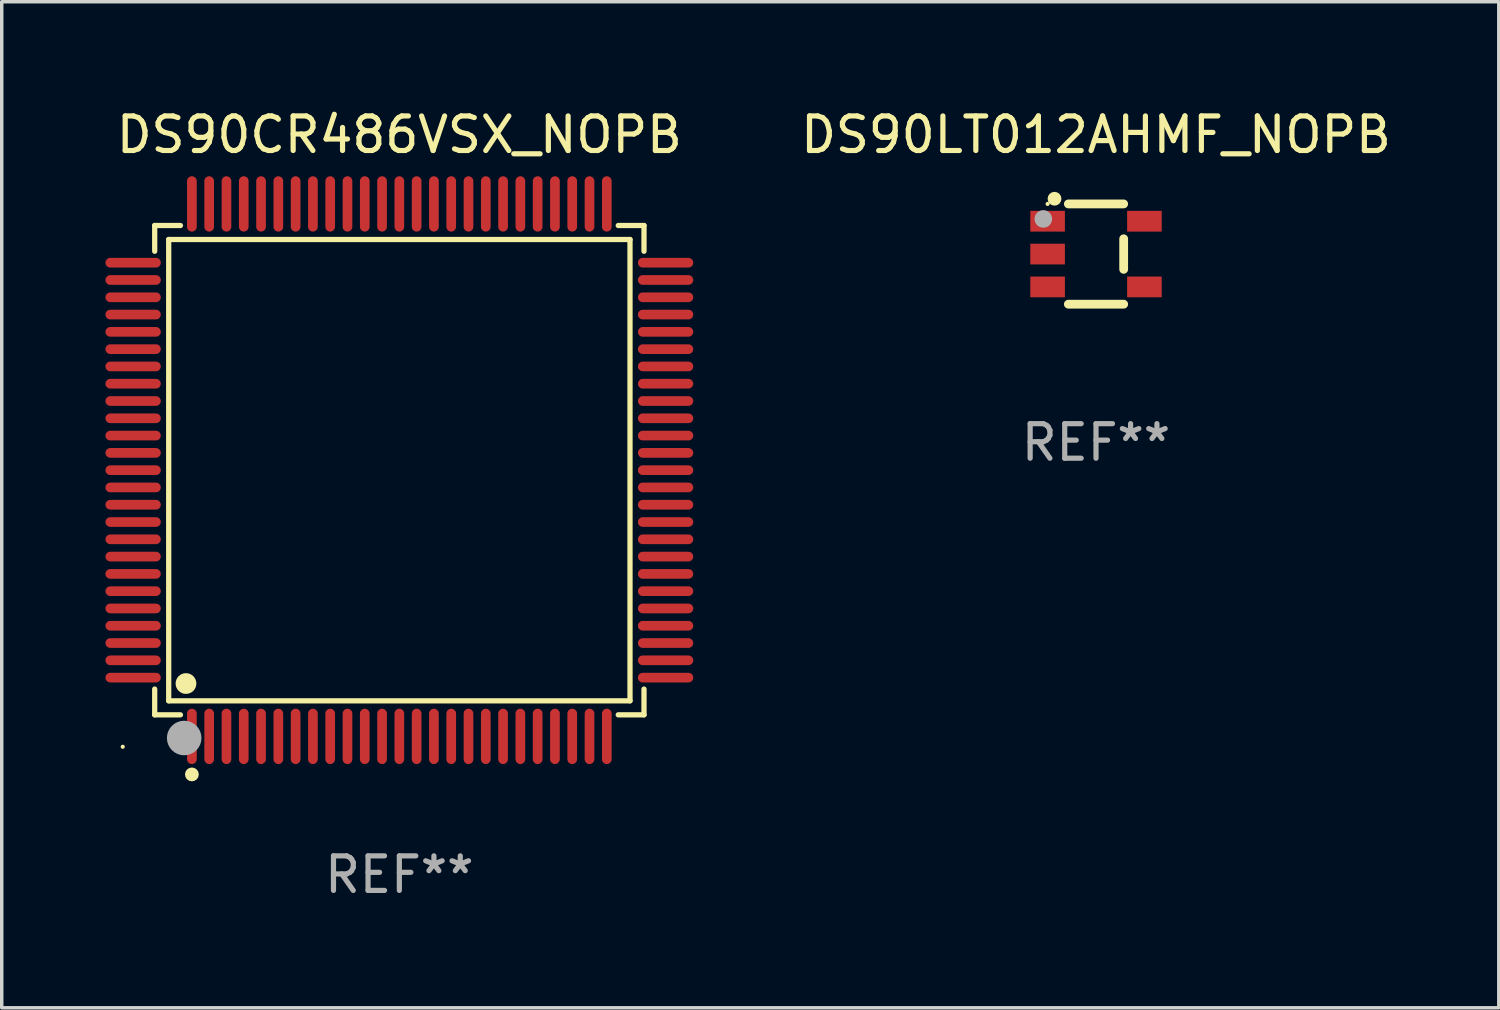
<source format=kicad_pcb>
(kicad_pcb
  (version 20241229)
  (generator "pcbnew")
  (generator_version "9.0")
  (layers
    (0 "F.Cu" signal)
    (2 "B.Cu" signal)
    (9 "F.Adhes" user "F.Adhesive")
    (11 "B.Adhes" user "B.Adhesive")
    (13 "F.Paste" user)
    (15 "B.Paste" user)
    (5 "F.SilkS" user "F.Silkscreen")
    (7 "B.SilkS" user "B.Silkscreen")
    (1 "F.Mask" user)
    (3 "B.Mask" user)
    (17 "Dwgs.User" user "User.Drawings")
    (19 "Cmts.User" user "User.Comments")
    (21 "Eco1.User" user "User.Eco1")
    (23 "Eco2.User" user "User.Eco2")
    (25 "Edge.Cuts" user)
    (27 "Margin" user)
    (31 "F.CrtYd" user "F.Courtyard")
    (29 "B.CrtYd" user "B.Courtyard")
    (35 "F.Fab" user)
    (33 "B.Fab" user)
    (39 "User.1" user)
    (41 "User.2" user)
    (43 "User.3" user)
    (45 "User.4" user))
  (footprint "DS90CR486VSX_NOPB"
    (layer "F.Cu")
    (at 8.5 10.548)
    (property "Reference" "DS90CR486VSX_NOPB" (at 0 -9.7 0) (layer "F.SilkS") (effects (font (size 1 1) (thickness 0.15))))
    (attr through_hole)
    (fp_line (start -7.076 -7.076) (end -6.331 -7.076) (stroke (width 0.152) (type solid)) (layer "F.SilkS"))
    (fp_line (start -7.076 -6.331) (end -7.076 -7.076) (stroke (width 0.152) (type solid)) (layer "F.SilkS"))
    (fp_line (start -7.076 6.331) (end -7.076 7.076) (stroke (width 0.152) (type solid)) (layer "F.SilkS"))
    (fp_line (start -7.076 7.076) (end -6.331 7.076) (stroke (width 0.152) (type solid)) (layer "F.SilkS"))
    (fp_line (start -6.671 -6.671) (end 6.671 -6.671) (stroke (width 0.152) (type solid)) (layer "F.SilkS"))
    (fp_line (start -6.671 6.671) (end -6.671 -6.671) (stroke (width 0.152) (type solid)) (layer "F.SilkS"))
    (fp_line (start 6.671 -6.671) (end 6.671 6.671) (stroke (width 0.152) (type solid)) (layer "F.SilkS"))
    (fp_line (start 6.671 6.671) (end -6.671 6.671) (stroke (width 0.152) (type solid)) (layer "F.SilkS"))
    (fp_line (start 7.076 -7.076) (end 6.331 -7.076) (stroke (width 0.152) (type solid)) (layer "F.SilkS"))
    (fp_line (start 7.076 -6.331) (end 7.076 -7.076) (stroke (width 0.152) (type solid)) (layer "F.SilkS"))
    (fp_line (start 7.076 6.331) (end 7.076 7.076) (stroke (width 0.152) (type solid)) (layer "F.SilkS"))
    (fp_line (start 7.076 7.076) (end 6.331 7.076) (stroke (width 0.152) (type solid)) (layer "F.SilkS"))
    (fp_circle (center -8 8) (end -7.97 8) (stroke (width 0.06) (type solid)) (fill no) (layer "F.SilkS"))
    (fp_circle (center -6.171 6.171) (end -6.021 6.171) (stroke (width 0.3) (type solid)) (fill no) (layer "F.SilkS"))
    (fp_circle (center -6 8.8) (end -5.9 8.8) (stroke (width 0.2) (type solid)) (fill no) (layer "F.SilkS"))
    (fp_circle (center -6.223 7.747) (end -5.973 7.747) (stroke (width 0.5) (type solid)) (fill no) (layer "F.Fab"))
    (fp_text user "REF**" (at 0 11.7 0) (layer "F.Fab") (effects (font (size 1 1) (thickness 0.15))))
    (pad "1" smd oval (at -6 7.7) (size 0.28 1.6) (layers "F.Cu" "F.Mask" "F.Paste"))
    (pad "2" smd oval (at -5.5 7.7) (size 0.28 1.6) (layers "F.Cu" "F.Mask" "F.Paste"))
    (pad "3" smd oval (at -5 7.7) (size 0.28 1.6) (layers "F.Cu" "F.Mask" "F.Paste"))
    (pad "4" smd oval (at -4.5 7.7) (size 0.28 1.6) (layers "F.Cu" "F.Mask" "F.Paste"))
    (pad "5" smd oval (at -4 7.7) (size 0.28 1.6) (layers "F.Cu" "F.Mask" "F.Paste"))
    (pad "6" smd oval (at -3.5 7.7) (size 0.28 1.6) (layers "F.Cu" "F.Mask" "F.Paste"))
    (pad "7" smd oval (at -3 7.7) (size 0.28 1.6) (layers "F.Cu" "F.Mask" "F.Paste"))
    (pad "8" smd oval (at -2.5 7.7) (size 0.28 1.6) (layers "F.Cu" "F.Mask" "F.Paste"))
    (pad "9" smd oval (at -2 7.7) (size 0.28 1.6) (layers "F.Cu" "F.Mask" "F.Paste"))
    (pad "10" smd oval (at -1.5 7.7) (size 0.28 1.6) (layers "F.Cu" "F.Mask" "F.Paste"))
    (pad "11" smd oval (at -1 7.7) (size 0.28 1.6) (layers "F.Cu" "F.Mask" "F.Paste"))
    (pad "12" smd oval (at -0.5 7.7) (size 0.28 1.6) (layers "F.Cu" "F.Mask" "F.Paste"))
    (pad "13" smd oval (at 0 7.7) (size 0.28 1.6) (layers "F.Cu" "F.Mask" "F.Paste"))
    (pad "14" smd oval (at 0.5 7.7) (size 0.28 1.6) (layers "F.Cu" "F.Mask" "F.Paste"))
    (pad "15" smd oval (at 1 7.7) (size 0.28 1.6) (layers "F.Cu" "F.Mask" "F.Paste"))
    (pad "16" smd oval (at 1.5 7.7) (size 0.28 1.6) (layers "F.Cu" "F.Mask" "F.Paste"))
    (pad "17" smd oval (at 2 7.7) (size 0.28 1.6) (layers "F.Cu" "F.Mask" "F.Paste"))
    (pad "18" smd oval (at 2.5 7.7) (size 0.28 1.6) (layers "F.Cu" "F.Mask" "F.Paste"))
    (pad "19" smd oval (at 3 7.7) (size 0.28 1.6) (layers "F.Cu" "F.Mask" "F.Paste"))
    (pad "20" smd oval (at 3.5 7.7) (size 0.28 1.6) (layers "F.Cu" "F.Mask" "F.Paste"))
    (pad "21" smd oval (at 4 7.7) (size 0.28 1.6) (layers "F.Cu" "F.Mask" "F.Paste"))
    (pad "22" smd oval (at 4.5 7.7) (size 0.28 1.6) (layers "F.Cu" "F.Mask" "F.Paste"))
    (pad "23" smd oval (at 5 7.7) (size 0.28 1.6) (layers "F.Cu" "F.Mask" "F.Paste"))
    (pad "24" smd oval (at 5.5 7.7) (size 0.28 1.6) (layers "F.Cu" "F.Mask" "F.Paste"))
    (pad "25" smd oval (at 6 7.7) (size 0.28 1.6) (layers "F.Cu" "F.Mask" "F.Paste"))
    (pad "26" smd oval (at 7.7 6) (size 1.6 0.28) (layers "F.Cu" "F.Mask" "F.Paste"))
    (pad "27" smd oval (at 7.7 5.5) (size 1.6 0.28) (layers "F.Cu" "F.Mask" "F.Paste"))
    (pad "28" smd oval (at 7.7 5) (size 1.6 0.28) (layers "F.Cu" "F.Mask" "F.Paste"))
    (pad "29" smd oval (at 7.7 4.5) (size 1.6 0.28) (layers "F.Cu" "F.Mask" "F.Paste"))
    (pad "30" smd oval (at 7.7 4) (size 1.6 0.28) (layers "F.Cu" "F.Mask" "F.Paste"))
    (pad "31" smd oval (at 7.7 3.5) (size 1.6 0.28) (layers "F.Cu" "F.Mask" "F.Paste"))
    (pad "32" smd oval (at 7.7 3) (size 1.6 0.28) (layers "F.Cu" "F.Mask" "F.Paste"))
    (pad "33" smd oval (at 7.7 2.5) (size 1.6 0.28) (layers "F.Cu" "F.Mask" "F.Paste"))
    (pad "34" smd oval (at 7.7 2) (size 1.6 0.28) (layers "F.Cu" "F.Mask" "F.Paste"))
    (pad "35" smd oval (at 7.7 1.5) (size 1.6 0.28) (layers "F.Cu" "F.Mask" "F.Paste"))
    (pad "36" smd oval (at 7.7 1) (size 1.6 0.28) (layers "F.Cu" "F.Mask" "F.Paste"))
    (pad "37" smd oval (at 7.7 0.5) (size 1.6 0.28) (layers "F.Cu" "F.Mask" "F.Paste"))
    (pad "38" smd oval (at 7.7 0) (size 1.6 0.28) (layers "F.Cu" "F.Mask" "F.Paste"))
    (pad "39" smd oval (at 7.7 -0.5) (size 1.6 0.28) (layers "F.Cu" "F.Mask" "F.Paste"))
    (pad "40" smd oval (at 7.7 -1) (size 1.6 0.28) (layers "F.Cu" "F.Mask" "F.Paste"))
    (pad "41" smd oval (at 7.7 -1.5) (size 1.6 0.28) (layers "F.Cu" "F.Mask" "F.Paste"))
    (pad "42" smd oval (at 7.7 -2) (size 1.6 0.28) (layers "F.Cu" "F.Mask" "F.Paste"))
    (pad "43" smd oval (at 7.7 -2.5) (size 1.6 0.28) (layers "F.Cu" "F.Mask" "F.Paste"))
    (pad "44" smd oval (at 7.7 -3) (size 1.6 0.28) (layers "F.Cu" "F.Mask" "F.Paste"))
    (pad "45" smd oval (at 7.7 -3.5) (size 1.6 0.28) (layers "F.Cu" "F.Mask" "F.Paste"))
    (pad "46" smd oval (at 7.7 -4) (size 1.6 0.28) (layers "F.Cu" "F.Mask" "F.Paste"))
    (pad "47" smd oval (at 7.7 -4.5) (size 1.6 0.28) (layers "F.Cu" "F.Mask" "F.Paste"))
    (pad "48" smd oval (at 7.7 -5) (size 1.6 0.28) (layers "F.Cu" "F.Mask" "F.Paste"))
    (pad "49" smd oval (at 7.7 -5.5) (size 1.6 0.28) (layers "F.Cu" "F.Mask" "F.Paste"))
    (pad "50" smd oval (at 7.7 -6) (size 1.6 0.28) (layers "F.Cu" "F.Mask" "F.Paste"))
    (pad "51" smd oval (at 6 -7.7) (size 0.28 1.6) (layers "F.Cu" "F.Mask" "F.Paste"))
    (pad "52" smd oval (at 5.5 -7.7) (size 0.28 1.6) (layers "F.Cu" "F.Mask" "F.Paste"))
    (pad "53" smd oval (at 5 -7.7) (size 0.28 1.6) (layers "F.Cu" "F.Mask" "F.Paste"))
    (pad "54" smd oval (at 4.5 -7.7) (size 0.28 1.6) (layers "F.Cu" "F.Mask" "F.Paste"))
    (pad "55" smd oval (at 4 -7.7) (size 0.28 1.6) (layers "F.Cu" "F.Mask" "F.Paste"))
    (pad "56" smd oval (at 3.5 -7.7) (size 0.28 1.6) (layers "F.Cu" "F.Mask" "F.Paste"))
    (pad "57" smd oval (at 3 -7.7) (size 0.28 1.6) (layers "F.Cu" "F.Mask" "F.Paste"))
    (pad "58" smd oval (at 2.5 -7.7) (size 0.28 1.6) (layers "F.Cu" "F.Mask" "F.Paste"))
    (pad "59" smd oval (at 2 -7.7) (size 0.28 1.6) (layers "F.Cu" "F.Mask" "F.Paste"))
    (pad "60" smd oval (at 1.5 -7.7) (size 0.28 1.6) (layers "F.Cu" "F.Mask" "F.Paste"))
    (pad "61" smd oval (at 1 -7.7) (size 0.28 1.6) (layers "F.Cu" "F.Mask" "F.Paste"))
    (pad "62" smd oval (at 0.5 -7.7) (size 0.28 1.6) (layers "F.Cu" "F.Mask" "F.Paste"))
    (pad "63" smd oval (at 0 -7.7) (size 0.28 1.6) (layers "F.Cu" "F.Mask" "F.Paste"))
    (pad "64" smd oval (at -0.5 -7.7) (size 0.28 1.6) (layers "F.Cu" "F.Mask" "F.Paste"))
    (pad "65" smd oval (at -1 -7.7) (size 0.28 1.6) (layers "F.Cu" "F.Mask" "F.Paste"))
    (pad "66" smd oval (at -1.5 -7.7) (size 0.28 1.6) (layers "F.Cu" "F.Mask" "F.Paste"))
    (pad "67" smd oval (at -2 -7.7) (size 0.28 1.6) (layers "F.Cu" "F.Mask" "F.Paste"))
    (pad "68" smd oval (at -2.5 -7.7) (size 0.28 1.6) (layers "F.Cu" "F.Mask" "F.Paste"))
    (pad "69" smd oval (at -3 -7.7) (size 0.28 1.6) (layers "F.Cu" "F.Mask" "F.Paste"))
    (pad "70" smd oval (at -3.5 -7.7) (size 0.28 1.6) (layers "F.Cu" "F.Mask" "F.Paste"))
    (pad "71" smd oval (at -4 -7.7) (size 0.28 1.6) (layers "F.Cu" "F.Mask" "F.Paste"))
    (pad "72" smd oval (at -4.5 -7.7) (size 0.28 1.6) (layers "F.Cu" "F.Mask" "F.Paste"))
    (pad "73" smd oval (at -5 -7.7) (size 0.28 1.6) (layers "F.Cu" "F.Mask" "F.Paste"))
    (pad "74" smd oval (at -5.5 -7.7) (size 0.28 1.6) (layers "F.Cu" "F.Mask" "F.Paste"))
    (pad "75" smd oval (at -6 -7.7) (size 0.28 1.6) (layers "F.Cu" "F.Mask" "F.Paste"))
    (pad "76" smd oval (at -7.7 -6) (size 1.6 0.28) (layers "F.Cu" "F.Mask" "F.Paste"))
    (pad "77" smd oval (at -7.7 -5.5) (size 1.6 0.28) (layers "F.Cu" "F.Mask" "F.Paste"))
    (pad "78" smd oval (at -7.7 -5) (size 1.6 0.28) (layers "F.Cu" "F.Mask" "F.Paste"))
    (pad "79" smd oval (at -7.7 -4.5) (size 1.6 0.28) (layers "F.Cu" "F.Mask" "F.Paste"))
    (pad "80" smd oval (at -7.7 -4) (size 1.6 0.28) (layers "F.Cu" "F.Mask" "F.Paste"))
    (pad "81" smd oval (at -7.7 -3.5) (size 1.6 0.28) (layers "F.Cu" "F.Mask" "F.Paste"))
    (pad "82" smd oval (at -7.7 -3) (size 1.6 0.28) (layers "F.Cu" "F.Mask" "F.Paste"))
    (pad "83" smd oval (at -7.7 -2.5) (size 1.6 0.28) (layers "F.Cu" "F.Mask" "F.Paste"))
    (pad "84" smd oval (at -7.7 -2) (size 1.6 0.28) (layers "F.Cu" "F.Mask" "F.Paste"))
    (pad "85" smd oval (at -7.7 -1.5) (size 1.6 0.28) (layers "F.Cu" "F.Mask" "F.Paste"))
    (pad "86" smd oval (at -7.7 -1) (size 1.6 0.28) (layers "F.Cu" "F.Mask" "F.Paste"))
    (pad "87" smd oval (at -7.7 -0.5) (size 1.6 0.28) (layers "F.Cu" "F.Mask" "F.Paste"))
    (pad "88" smd oval (at -7.7 0) (size 1.6 0.28) (layers "F.Cu" "F.Mask" "F.Paste"))
    (pad "89" smd oval (at -7.7 0.5) (size 1.6 0.28) (layers "F.Cu" "F.Mask" "F.Paste"))
    (pad "90" smd oval (at -7.7 1) (size 1.6 0.28) (layers "F.Cu" "F.Mask" "F.Paste"))
    (pad "91" smd oval (at -7.7 1.5) (size 1.6 0.28) (layers "F.Cu" "F.Mask" "F.Paste"))
    (pad "92" smd oval (at -7.7 2) (size 1.6 0.28) (layers "F.Cu" "F.Mask" "F.Paste"))
    (pad "93" smd oval (at -7.7 2.5) (size 1.6 0.28) (layers "F.Cu" "F.Mask" "F.Paste"))
    (pad "94" smd oval (at -7.7 3) (size 1.6 0.28) (layers "F.Cu" "F.Mask" "F.Paste"))
    (pad "95" smd oval (at -7.7 3.5) (size 1.6 0.28) (layers "F.Cu" "F.Mask" "F.Paste"))
    (pad "96" smd oval (at -7.7 4) (size 1.6 0.28) (layers "F.Cu" "F.Mask" "F.Paste"))
    (pad "97" smd oval (at -7.7 4.5) (size 1.6 0.28) (layers "F.Cu" "F.Mask" "F.Paste"))
    (pad "98" smd oval (at -7.7 5) (size 1.6 0.28) (layers "F.Cu" "F.Mask" "F.Paste"))
    (pad "99" smd oval (at -7.7 5.5) (size 1.6 0.28) (layers "F.Cu" "F.Mask" "F.Paste"))
    (pad "100" smd oval (at -7.7 6) (size 1.6 0.28) (layers "F.Cu" "F.Mask" "F.Paste")))
  (footprint "DS90LT012AHMF_NOPB"
    (layer "F.Cu")
    (at 28.649 4.298)
    (property "Reference" "DS90LT012AHMF_NOPB" (at 0 -3.45 0) (layer "F.SilkS") (effects (font (size 1 1) (thickness 0.15))))
    (attr through_hole)
    (fp_line (start 0.8 -1.45) (end -0.8 -1.45) (stroke (width 0.254) (type solid)) (layer "F.SilkS"))
    (fp_line (start 0.8 -0.442) (end 0.8 0.442) (stroke (width 0.254) (type solid)) (layer "F.SilkS"))
    (fp_line (start 0.8 1.45) (end -0.8 1.45) (stroke (width 0.254) (type solid)) (layer "F.SilkS"))
    (fp_circle (center -1.4 -1.45) (end -1.37 -1.45) (stroke (width 0.06) (type solid)) (fill no) (layer "F.SilkS"))
    (fp_circle (center -1.2 -1.6) (end -1.1 -1.6) (stroke (width 0.2) (type solid)) (fill no) (layer "F.SilkS"))
    (fp_circle (center -1.524 -1.016) (end -1.397 -1.016) (stroke (width 0.254) (type solid)) (fill no) (layer "F.Fab"))
    (fp_text user "REF**" (at 0 5.45 0) (layer "F.Fab") (effects (font (size 1 1) (thickness 0.15))))
    (pad "1" smd rect (at -1.4 -0.95 180) (size 1 0.6) (layers "F.Cu" "F.Mask" "F.Paste"))
    (pad "2" smd rect (at -1.4 0.000114 180) (size 1 0.6) (layers "F.Cu" "F.Mask" "F.Paste"))
    (pad "3" smd rect (at -1.4 0.95 180) (size 1 0.6) (layers "F.Cu" "F.Mask" "F.Paste"))
    (pad "4" smd rect (at 1.4 0.95) (size 1 0.6) (layers "F.Cu" "F.Mask" "F.Paste"))
    (pad "5" smd rect (at 1.4 -0.95) (size 1 0.6) (layers "F.Cu" "F.Mask" "F.Paste")))
  (gr_rect
    (start -3 -3)
    (end 40.298 26.097)
    (stroke (width 0.1) (type default))
    (fill no)
    (layer "Edge.Cuts")))
</source>
